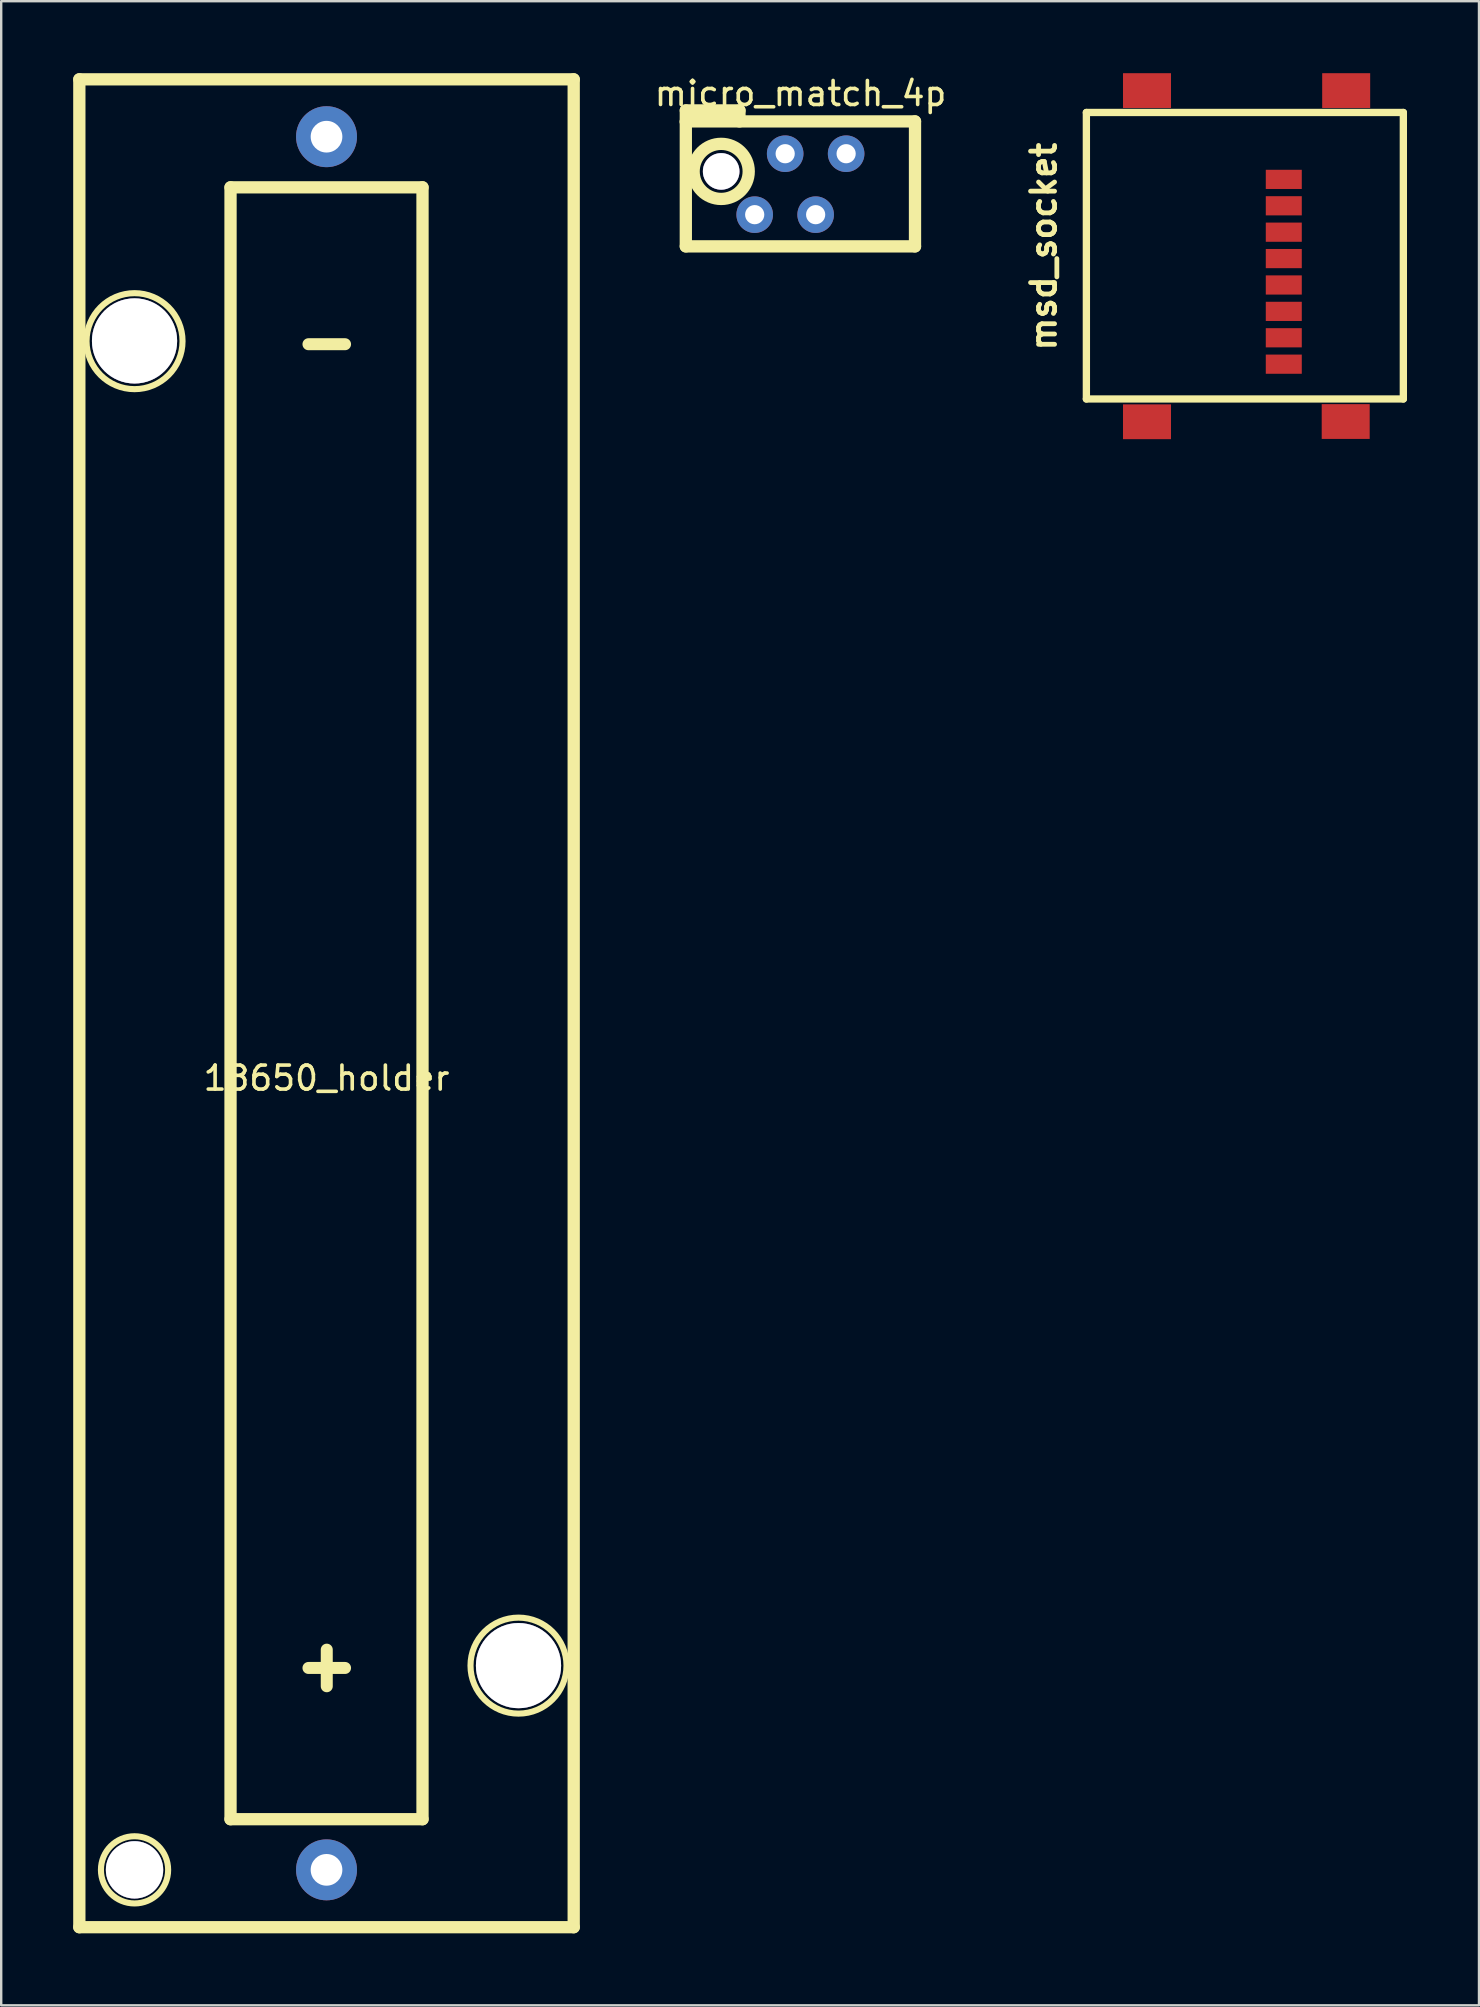
<source format=kicad_pcb>
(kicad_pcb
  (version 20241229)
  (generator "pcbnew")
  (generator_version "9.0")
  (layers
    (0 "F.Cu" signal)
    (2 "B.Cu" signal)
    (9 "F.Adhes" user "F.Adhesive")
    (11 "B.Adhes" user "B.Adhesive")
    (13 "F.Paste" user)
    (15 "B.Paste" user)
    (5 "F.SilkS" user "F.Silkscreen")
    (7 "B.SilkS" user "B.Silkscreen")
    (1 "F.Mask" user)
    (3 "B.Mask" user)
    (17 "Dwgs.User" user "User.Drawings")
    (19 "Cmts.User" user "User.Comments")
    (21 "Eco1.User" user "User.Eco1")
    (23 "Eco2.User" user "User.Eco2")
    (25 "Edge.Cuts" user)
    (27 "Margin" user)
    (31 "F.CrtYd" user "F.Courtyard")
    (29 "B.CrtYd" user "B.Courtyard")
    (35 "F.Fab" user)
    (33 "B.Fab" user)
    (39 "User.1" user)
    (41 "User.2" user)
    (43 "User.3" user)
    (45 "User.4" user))
  (footprint "18650_holder"
    (layer "F.Cu")
    (at 10.556 38.756)
    (property "Reference" "18650_holder" (at 0 3.12 0) (layer "F.SilkS") (effects (font (size 1 1) (thickness 0.15))))
    (attr through_hole)
    (fp_line (start -10.3 -38.5) (end 10.3 -38.5) (stroke (width 0.512) (type solid)) (layer "F.SilkS"))
    (fp_line (start -10.3 38.5) (end -10.3 -38.5) (stroke (width 0.512) (type solid)) (layer "F.SilkS"))
    (fp_line (start -4 -34) (end 4 -34) (stroke (width 0.512) (type solid)) (layer "F.SilkS"))
    (fp_line (start -4 34) (end -4 -34) (stroke (width 0.512) (type solid)) (layer "F.SilkS"))
    (fp_line (start 4 -34) (end 4 34) (stroke (width 0.512) (type solid)) (layer "F.SilkS"))
    (fp_line (start 4 34) (end -4 34) (stroke (width 0.512) (type solid)) (layer "F.SilkS"))
    (fp_line (start 10.3 -38.5) (end 10.3 38.5) (stroke (width 0.512) (type solid)) (layer "F.SilkS"))
    (fp_line (start 10.3 38.5) (end -10.3 38.5) (stroke (width 0.512) (type solid)) (layer "F.SilkS"))
    (fp_circle (center -8 -27.59) (end -6 -27.6) (stroke (width 0.254) (type solid)) (fill no) (layer "F.SilkS"))
    (fp_circle (center -8 36.11) (end -6.6 36.1) (stroke (width 0.254) (type solid)) (fill no) (layer "F.SilkS"))
    (fp_circle (center 8 27.6) (end 6 27.6) (stroke (width 0.254) (type solid)) (fill no) (layer "F.SilkS"))
    (fp_text user "-" (at 0.01 -27.6 0) (layer "F.SilkS") (effects (font (size 2 2) (thickness 0.5))))
    (fp_text user "+" (at 0.01 27.56 0) (layer "F.SilkS") (effects (font (size 2 2) (thickness 0.5))))
    (pad "" thru_hole circle (at -8 -27.6) (size 3.55 3.55) (drill 3.55) (layers "*.Cu" "*.Mask"))
    (pad "" thru_hole circle (at -8 36.11) (size 2.39 2.39) (drill 2.39) (layers "*.Cu" "*.Mask"))
    (pad "" thru_hole circle (at 8 27.6) (size 3.55 3.55) (drill 3.55) (layers "*.Cu" "*.Mask"))
    (pad "1" thru_hole circle (at 0 36.11) (size 2.54 2.54) (drill 1.32) (layers "*.Cu" "*.Mask"))
    (pad "2" thru_hole circle (at 0 -36.11) (size 2.54 2.54) (drill 1.32) (layers "*.Cu" "*.Mask")))
  (footprint "micro_match_4p"
    (layer "F.Cu")
    (at 30.303 4.625)
    (property "Reference" "micro_match_4p" (at 0.005 -3.777 0) (layer "F.SilkS") (effects (font (size 1 1) (thickness 0.15))))
    (attr through_hole)
    (fp_line (start -4.775 -3.073) (end -2.54 -3.073) (stroke (width 0.512) (type solid)) (layer "F.SilkS"))
    (fp_line (start -4.775 -2.616) (end 4.775 -2.616) (stroke (width 0.512) (type solid)) (layer "F.SilkS"))
    (fp_line (start -4.775 -2.591) (end -4.775 -3.073) (stroke (width 0.512) (type solid)) (layer "F.SilkS"))
    (fp_line (start -4.775 2.591) (end -4.775 -2.591) (stroke (width 0.512) (type solid)) (layer "F.SilkS"))
    (fp_line (start -2.54 -3.073) (end -2.54 -2.616) (stroke (width 0.512) (type solid)) (layer "F.SilkS"))
    (fp_line (start 4.775 -2.616) (end 4.775 2.591) (stroke (width 0.512) (type solid)) (layer "F.SilkS"))
    (fp_line (start 4.775 2.591) (end -4.775 2.591) (stroke (width 0.512) (type solid)) (layer "F.SilkS"))
    (fp_circle (center -3.302 -0.533) (end -2.56 0.343) (stroke (width 0.512) (type solid)) (fill no) (layer "F.SilkS"))
    (pad "" thru_hole circle (at -3.302 -0.533) (size 1.524 1.524) (drill 1.524) (layers "*.Cu" "*.Mask"))
    (pad "1" thru_hole circle (at -1.905 1.27) (size 1.524 1.524) (drill 0.8) (layers "*.Cu" "*.Mask"))
    (pad "2" thru_hole circle (at -0.635 -1.27) (size 1.524 1.524) (drill 0.8) (layers "*.Cu" "*.Mask"))
    (pad "3" thru_hole circle (at 0.635 1.27) (size 1.524 1.524) (drill 0.8) (layers "*.Cu" "*.Mask"))
    (pad "4" thru_hole circle (at 1.905 -1.27) (size 1.524 1.524) (drill 0.8) (layers "*.Cu" "*.Mask")))
  (footprint "msd_socket"
    (layer "F.Cu")
    (at 47.045 7.225)
    (property "Reference" "msd_socket" (at -6.604 0 90) (layer "F.SilkS") (effects (font (size 1 1) (thickness 0.2))))
    (attr through_hole)
    (fp_line (start -4.826 -5.588) (end -4.826 6.35) (stroke (width 0.305) (type solid)) (layer "F.SilkS"))
    (fp_line (start -4.826 6.35) (end 8.382 6.35) (stroke (width 0.305) (type solid)) (layer "F.SilkS"))
    (fp_line (start 8.382 -5.588) (end -4.826 -5.588) (stroke (width 0.305) (type solid)) (layer "F.SilkS"))
    (fp_line (start 8.382 6.35) (end 8.382 -5.588) (stroke (width 0.305) (type solid)) (layer "F.SilkS"))
    (pad "1" smd rect (at 3.4 -2.8) (size 1.5 0.8) (layers "F.Cu" "F.Mask" "F.Paste"))
    (pad "2" smd rect (at 3.4 -1.7) (size 1.5 0.8) (layers "F.Cu" "F.Mask" "F.Paste"))
    (pad "3" smd rect (at 3.4 -0.6) (size 1.5 0.8) (layers "F.Cu" "F.Mask" "F.Paste"))
    (pad "4" smd rect (at 3.4 0.5) (size 1.5 0.8) (layers "F.Cu" "F.Mask" "F.Paste"))
    (pad "5" smd rect (at 3.4 1.6) (size 1.5 0.8) (layers "F.Cu" "F.Mask" "F.Paste"))
    (pad "6" smd rect (at -2.3 -6.5) (size 2 1.45) (layers "F.Cu" "F.Mask" "F.Paste"))
    (pad "6" smd rect (at -2.3 7.3) (size 2 1.45) (layers "F.Cu" "F.Mask" "F.Paste"))
    (pad "6" smd rect (at 3.4 2.7) (size 1.5 0.8) (layers "F.Cu" "F.Mask" "F.Paste"))
    (pad "6" smd rect (at 5.98 7.29) (size 2 1.45) (layers "F.Cu" "F.Mask" "F.Paste"))
    (pad "6" smd rect (at 6 -6.5) (size 2 1.45) (layers "F.Cu" "F.Mask" "F.Paste"))
    (pad "7" smd rect (at 3.4 3.8) (size 1.5 0.8) (layers "F.Cu" "F.Mask" "F.Paste"))
    (pad "8" smd rect (at 3.4 4.9) (size 1.5 0.8) (layers "F.Cu" "F.Mask" "F.Paste")))
  (gr_rect
    (start -3 -3)
    (end 58.579 80.512)
    (stroke (width 0.1) (type default))
    (fill no)
    (layer "Edge.Cuts")))
</source>
